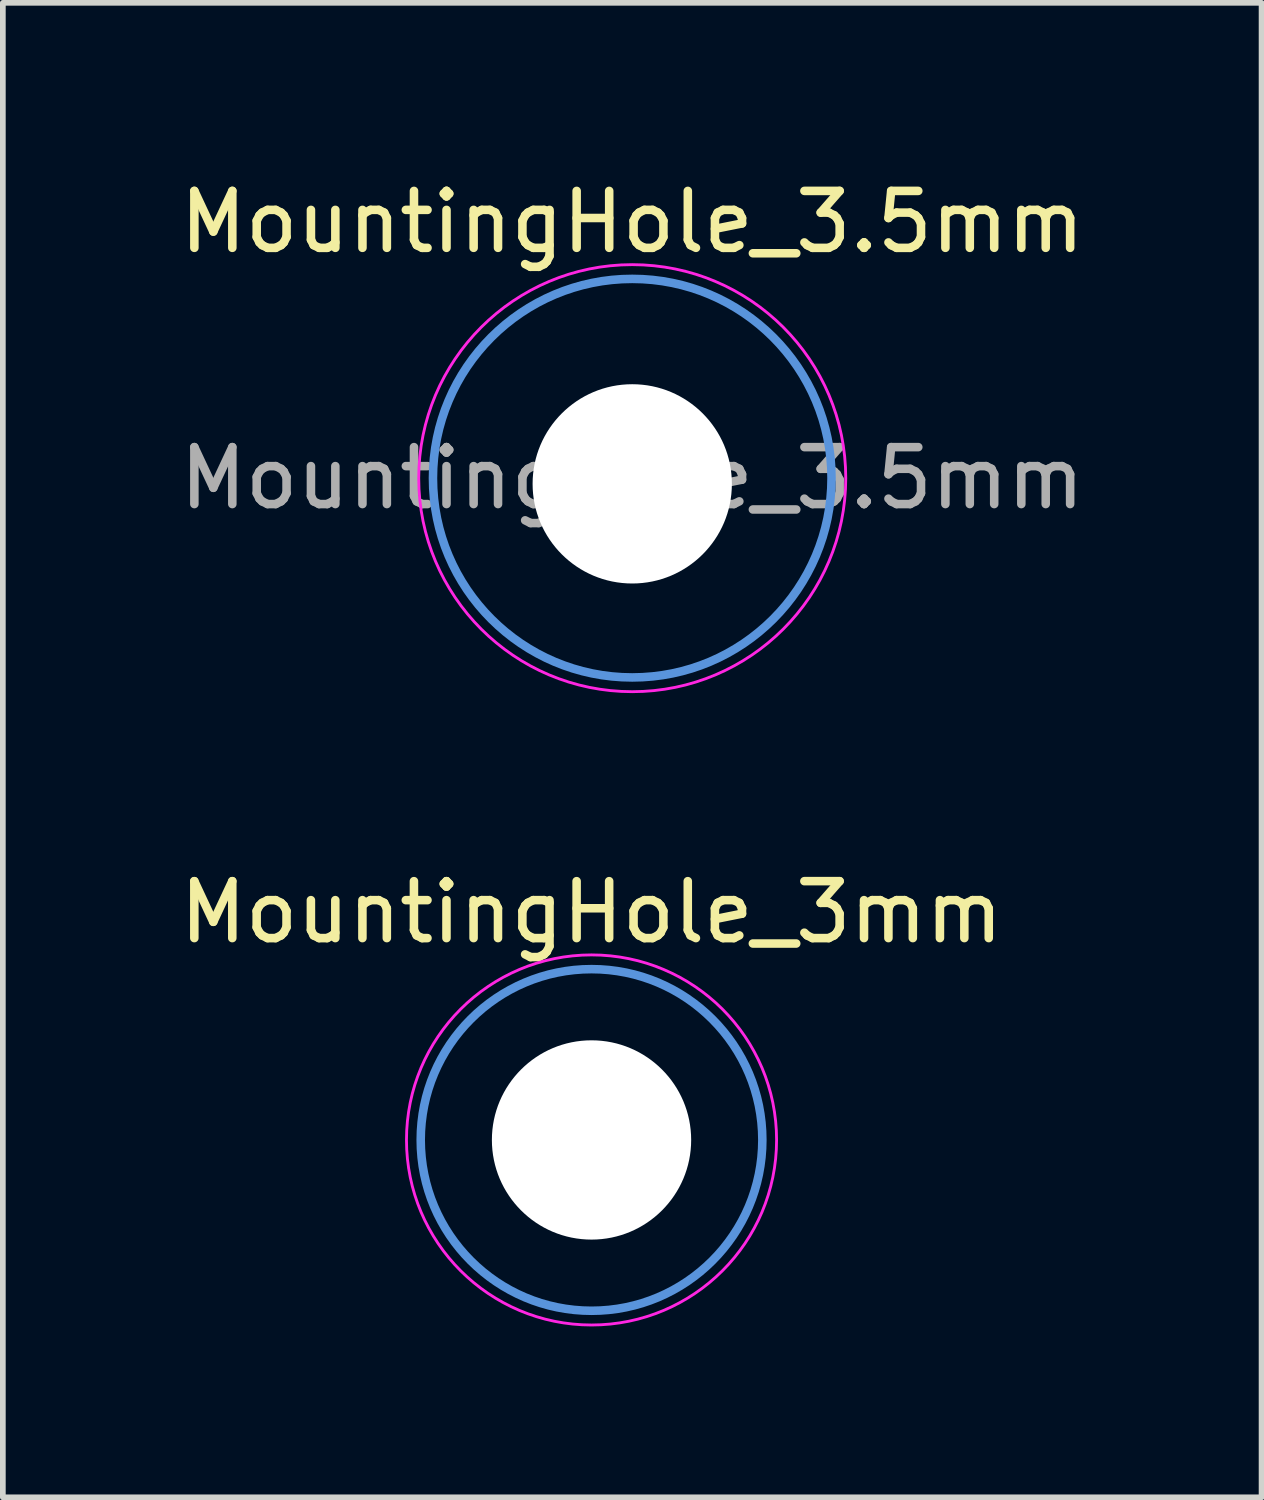
<source format=kicad_pcb>
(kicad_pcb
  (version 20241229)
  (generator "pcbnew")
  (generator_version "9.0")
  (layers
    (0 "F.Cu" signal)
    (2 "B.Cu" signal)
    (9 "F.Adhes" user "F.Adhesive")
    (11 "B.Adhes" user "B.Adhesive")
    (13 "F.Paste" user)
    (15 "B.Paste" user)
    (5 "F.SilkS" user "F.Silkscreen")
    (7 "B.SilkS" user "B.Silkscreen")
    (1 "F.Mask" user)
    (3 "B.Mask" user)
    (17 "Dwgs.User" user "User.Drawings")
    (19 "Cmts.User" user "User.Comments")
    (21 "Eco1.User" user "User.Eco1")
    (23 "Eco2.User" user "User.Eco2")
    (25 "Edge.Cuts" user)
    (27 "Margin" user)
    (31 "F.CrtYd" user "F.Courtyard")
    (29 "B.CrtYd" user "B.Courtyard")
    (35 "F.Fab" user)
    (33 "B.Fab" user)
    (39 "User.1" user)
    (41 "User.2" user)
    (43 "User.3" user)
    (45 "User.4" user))
  (footprint "MountingHole_3.5mm"
    (layer "F.Cu")
    (at 8.054 5.348)
    (property "Reference" "MountingHole_3.5mm" (at 0 -4.5 0) (layer "F.SilkS") (effects (font (size 1 1) (thickness 0.15))))
    (attr board_only exclude_from_pos_files exclude_from_bom)
    (fp_circle (center 0 0) (end 3.5 0) (stroke (width 0.15) (type solid)) (fill no) (layer "Cmts.User"))
    (fp_circle (center 0 0) (end 3.75 0) (stroke (width 0.05) (type solid)) (fill no) (layer "F.CrtYd"))
    (fp_text user "${REFERENCE}" (at 0 0 0) (layer "F.Fab") (effects (font (size 1 1) (thickness 0.15))))
    (pad "" np_thru_hole circle (at 0 0.1) (size 3.5 3.5) (drill 3.5) (layers "*.Cu" "*.Mask")))
  (footprint "MountingHole_3mm"
    (layer "F.Cu")
    (at 7.339 16.971)
    (property "Reference" "MountingHole_3mm" (at 0 -4 0) (layer "F.SilkS") (effects (font (size 1 1) (thickness 0.15))))
    (attr board_only exclude_from_pos_files exclude_from_bom)
    (fp_circle (center 0 0) (end 3 0) (stroke (width 0.15) (type solid)) (fill no) (layer "Cmts.User"))
    (fp_circle (center 0 0) (end 3.25 0) (stroke (width 0.05) (type solid)) (fill no) (layer "F.CrtYd"))
    (pad "" np_thru_hole circle (at 0 0) (size 3.5 3.5) (drill 3.5) (layers "*.Cu" "*.Mask")))
  (gr_rect
    (start -3 -3)
    (end 19.107 23.247)
    (stroke (width 0.1) (type default))
    (fill no)
    (layer "Edge.Cuts")))
</source>
